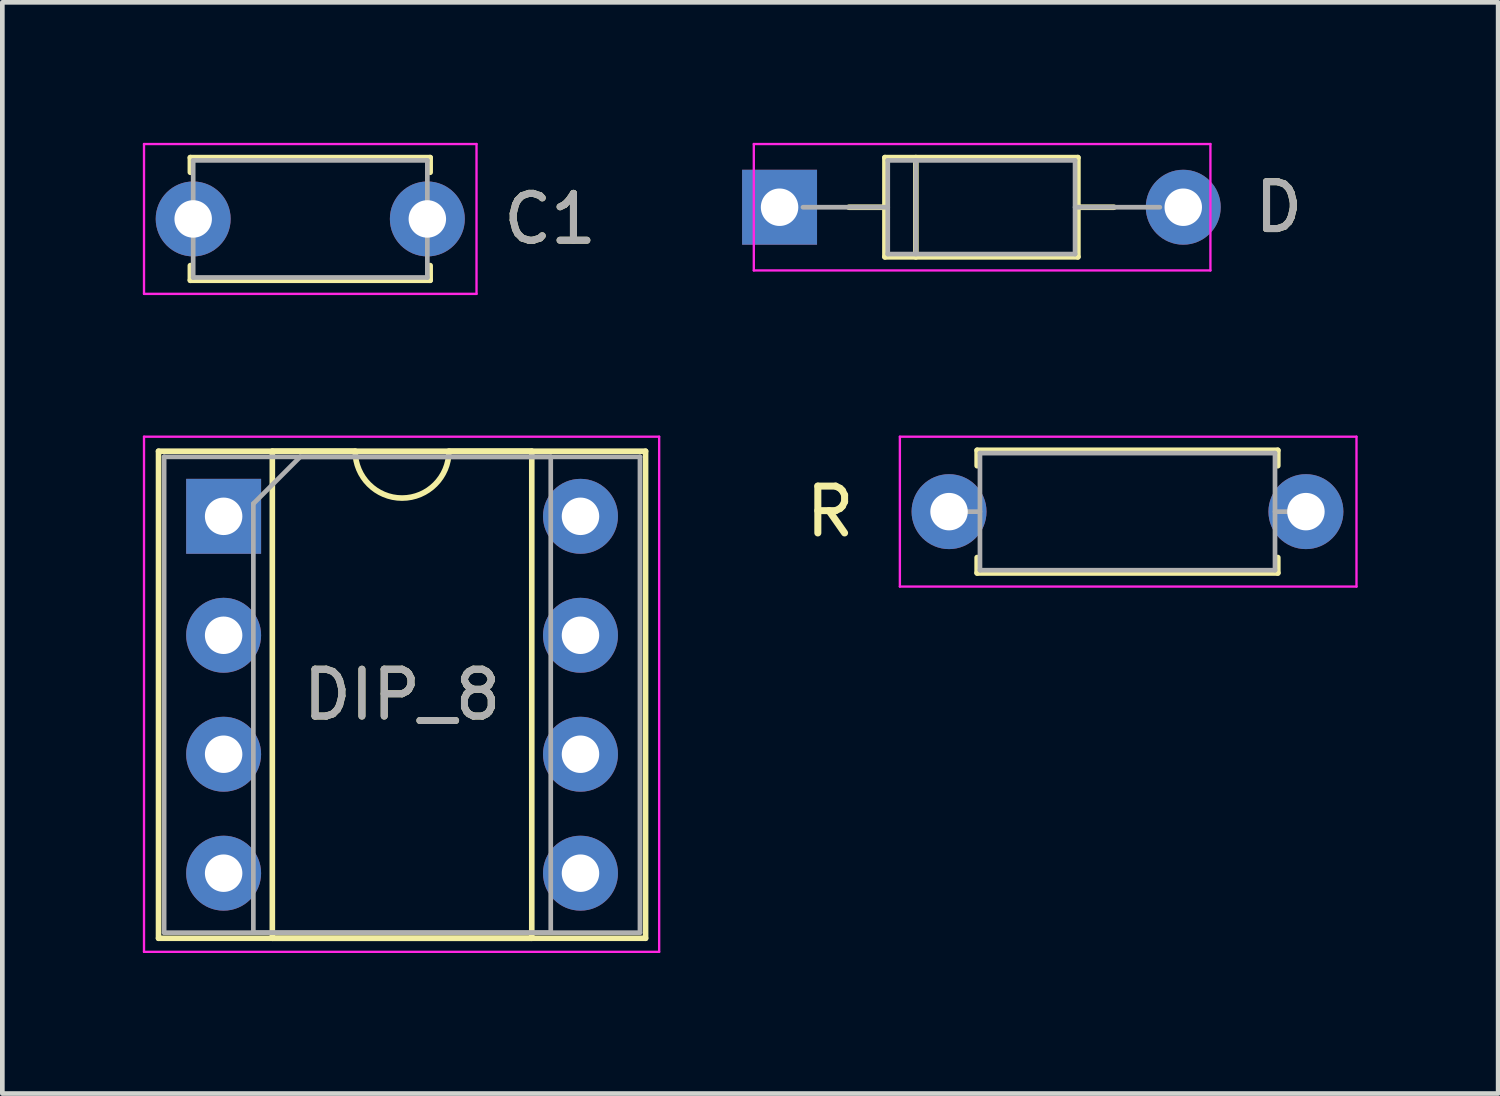
<source format=kicad_pcb>
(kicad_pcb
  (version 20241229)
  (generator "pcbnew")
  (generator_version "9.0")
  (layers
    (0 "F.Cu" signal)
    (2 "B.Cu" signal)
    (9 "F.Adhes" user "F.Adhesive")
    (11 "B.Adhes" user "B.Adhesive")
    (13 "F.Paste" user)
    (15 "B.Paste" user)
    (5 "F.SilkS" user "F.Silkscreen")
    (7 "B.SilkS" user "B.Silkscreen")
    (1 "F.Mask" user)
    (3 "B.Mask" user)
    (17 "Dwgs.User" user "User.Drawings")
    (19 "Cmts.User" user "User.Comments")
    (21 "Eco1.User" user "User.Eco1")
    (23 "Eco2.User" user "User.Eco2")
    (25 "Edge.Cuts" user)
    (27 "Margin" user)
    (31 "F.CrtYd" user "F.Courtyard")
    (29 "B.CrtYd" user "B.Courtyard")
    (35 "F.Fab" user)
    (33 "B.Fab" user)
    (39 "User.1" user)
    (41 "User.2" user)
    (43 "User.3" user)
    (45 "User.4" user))
  (footprint "C1"
    (layer "F.Cu")
    (at 1.075 1.625)
    (property "Reference" "C1" (at 7.62 0 0) (layer "F.SilkS") (effects (font (size 1 1) (thickness 0.15))))
    (attr through_hole)
    (fp_line (start -0.06 -1.31) (end -0.06 -0.996) (stroke (width 0.12) (type solid)) (layer "F.SilkS"))
    (fp_line (start -0.06 -1.31) (end 5.06 -1.31) (stroke (width 0.12) (type solid)) (layer "F.SilkS"))
    (fp_line (start -0.06 0.996) (end -0.06 1.31) (stroke (width 0.12) (type solid)) (layer "F.SilkS"))
    (fp_line (start -0.06 1.31) (end 5.06 1.31) (stroke (width 0.12) (type solid)) (layer "F.SilkS"))
    (fp_line (start 5.06 -1.31) (end 5.06 -0.996) (stroke (width 0.12) (type solid)) (layer "F.SilkS"))
    (fp_line (start 5.06 0.996) (end 5.06 1.31) (stroke (width 0.12) (type solid)) (layer "F.SilkS"))
    (fp_line (start -1.05 -1.6) (end -1.05 1.6) (stroke (width 0.05) (type solid)) (layer "F.CrtYd"))
    (fp_line (start -1.05 1.6) (end 6.05 1.6) (stroke (width 0.05) (type solid)) (layer "F.CrtYd"))
    (fp_line (start 6.05 -1.6) (end -1.05 -1.6) (stroke (width 0.05) (type solid)) (layer "F.CrtYd"))
    (fp_line (start 6.05 1.6) (end 6.05 -1.6) (stroke (width 0.05) (type solid)) (layer "F.CrtYd"))
    (fp_line (start 0 -1.25) (end 0 1.25) (stroke (width 0.1) (type solid)) (layer "F.Fab"))
    (fp_line (start 0 1.25) (end 5 1.25) (stroke (width 0.1) (type solid)) (layer "F.Fab"))
    (fp_line (start 5 -1.25) (end 0 -1.25) (stroke (width 0.1) (type solid)) (layer "F.Fab"))
    (fp_line (start 5 1.25) (end 5 -1.25) (stroke (width 0.1) (type solid)) (layer "F.Fab"))
    (fp_text user "${REFERENCE}" (at 7.62 0 0) (layer "F.Fab") (effects (font (size 1 1) (thickness 0.15))))
    (pad "1" thru_hole circle (at 0 0) (size 1.6 1.6) (drill 0.8) (layers "*.Cu" "*.Mask"))
    (pad "2" thru_hole circle (at 5 0) (size 1.6 1.6) (drill 0.8) (layers "*.Cu" "*.Mask")))
  (footprint "D"
    (layer "F.Cu")
    (at 14.096 1.375)
    (property "Reference" "D" (at 10.16 0 0) (layer "F.SilkS") (effects (font (size 1 1) (thickness 0.15))))
    (attr through_hole)
    (fp_line (start 0.98 0) (end 1.75 0) (stroke (width 0.12) (type solid)) (layer "F.SilkS"))
    (fp_line (start 1.75 -1.06) (end 1.75 1.06) (stroke (width 0.12) (type solid)) (layer "F.SilkS"))
    (fp_line (start 1.75 1.06) (end 5.87 1.06) (stroke (width 0.12) (type solid)) (layer "F.SilkS"))
    (fp_line (start 2.41 -1.06) (end 2.41 1.06) (stroke (width 0.12) (type solid)) (layer "F.SilkS"))
    (fp_line (start 5.87 -1.06) (end 1.75 -1.06) (stroke (width 0.12) (type solid)) (layer "F.SilkS"))
    (fp_line (start 5.87 1.06) (end 5.87 -1.06) (stroke (width 0.12) (type solid)) (layer "F.SilkS"))
    (fp_line (start 6.64 0) (end 5.87 0) (stroke (width 0.12) (type solid)) (layer "F.SilkS"))
    (fp_line (start -1.05 -1.35) (end -1.05 1.35) (stroke (width 0.05) (type solid)) (layer "F.CrtYd"))
    (fp_line (start -1.05 1.35) (end 8.7 1.35) (stroke (width 0.05) (type solid)) (layer "F.CrtYd"))
    (fp_line (start 8.7 -1.35) (end -1.05 -1.35) (stroke (width 0.05) (type solid)) (layer "F.CrtYd"))
    (fp_line (start 8.7 1.35) (end 8.7 -1.35) (stroke (width 0.05) (type solid)) (layer "F.CrtYd"))
    (fp_line (start 0 0) (end 1.81 0) (stroke (width 0.1) (type solid)) (layer "F.Fab"))
    (fp_line (start 1.81 -1) (end 1.81 1) (stroke (width 0.1) (type solid)) (layer "F.Fab"))
    (fp_line (start 1.81 1) (end 5.81 1) (stroke (width 0.1) (type solid)) (layer "F.Fab"))
    (fp_line (start 2.41 -1) (end 2.41 1) (stroke (width 0.1) (type solid)) (layer "F.Fab"))
    (fp_line (start 5.81 -1) (end 1.81 -1) (stroke (width 0.1) (type solid)) (layer "F.Fab"))
    (fp_line (start 5.81 1) (end 5.81 -1) (stroke (width 0.1) (type solid)) (layer "F.Fab"))
    (fp_line (start 7.62 0) (end 5.81 0) (stroke (width 0.1) (type solid)) (layer "F.Fab"))
    (fp_text user "${REFERENCE}" (at 10.16 0 0) (layer "F.Fab") (effects (font (size 1 1) (thickness 0.15))))
    (pad "1" thru_hole rect (at -0.5 0) (size 1.6 1.6) (drill 0.8) (layers "*.Cu" "*.Mask"))
    (pad "2" thru_hole oval (at 8.12 0) (size 1.6 1.6) (drill 0.8) (layers "*.Cu" "*.Mask")))
  (footprint "R"
    (layer "F.Cu")
    (at 17.215 7.875)
    (property "Reference" "R" (at -2.54 0 0) (layer "F.SilkS") (effects (font (size 1 1) (thickness 0.15))))
    (attr through_hole)
    (fp_line (start 0.6 -1.31) (end 7.02 -1.31) (stroke (width 0.12) (type solid)) (layer "F.SilkS"))
    (fp_line (start 0.6 -0.98) (end 0.6 -1.31) (stroke (width 0.12) (type solid)) (layer "F.SilkS"))
    (fp_line (start 0.6 0.98) (end 0.6 1.31) (stroke (width 0.12) (type solid)) (layer "F.SilkS"))
    (fp_line (start 0.6 1.31) (end 7.02 1.31) (stroke (width 0.12) (type solid)) (layer "F.SilkS"))
    (fp_line (start 7.02 -1.31) (end 7.02 -0.98) (stroke (width 0.12) (type solid)) (layer "F.SilkS"))
    (fp_line (start 7.02 1.31) (end 7.02 0.98) (stroke (width 0.12) (type solid)) (layer "F.SilkS"))
    (fp_line (start -1.05 -1.6) (end -1.05 1.6) (stroke (width 0.05) (type solid)) (layer "F.CrtYd"))
    (fp_line (start -1.05 1.6) (end 8.7 1.6) (stroke (width 0.05) (type solid)) (layer "F.CrtYd"))
    (fp_line (start 8.7 -1.6) (end -1.05 -1.6) (stroke (width 0.05) (type solid)) (layer "F.CrtYd"))
    (fp_line (start 8.7 1.6) (end 8.7 -1.6) (stroke (width 0.05) (type solid)) (layer "F.CrtYd"))
    (fp_line (start 0 0) (end 0.66 0) (stroke (width 0.1) (type solid)) (layer "F.Fab"))
    (fp_line (start 0.66 -1.25) (end 0.66 1.25) (stroke (width 0.1) (type solid)) (layer "F.Fab"))
    (fp_line (start 0.66 1.25) (end 6.96 1.25) (stroke (width 0.1) (type solid)) (layer "F.Fab"))
    (fp_line (start 6.96 -1.25) (end 0.66 -1.25) (stroke (width 0.1) (type solid)) (layer "F.Fab"))
    (fp_line (start 6.96 1.25) (end 6.96 -1.25) (stroke (width 0.1) (type solid)) (layer "F.Fab"))
    (fp_line (start 7.62 0) (end 6.96 0) (stroke (width 0.1) (type solid)) (layer "F.Fab"))
    (pad "1" thru_hole circle (at 0 0) (size 1.6 1.6) (drill 0.8) (layers "*.Cu" "*.Mask"))
    (pad "2" thru_hole oval (at 7.62 0) (size 1.6 1.6) (drill 0.8) (layers "*.Cu" "*.Mask")))
  (footprint "DIP_8"
    (layer "F.Cu")
    (at 1.725 7.975)
    (property "Reference" "DIP_8" (at 3.81 3.81 0) (layer "F.SilkS") (effects (font (size 1 1) (thickness 0.15))))
    (attr through_hole)
    (fp_line (start -1.39 -1.39) (end -1.39 9.01) (stroke (width 0.12) (type solid)) (layer "F.SilkS"))
    (fp_line (start -1.39 9.01) (end 9.01 9.01) (stroke (width 0.12) (type solid)) (layer "F.SilkS"))
    (fp_line (start 1.04 -1.39) (end 1.04 9.01) (stroke (width 0.12) (type solid)) (layer "F.SilkS"))
    (fp_line (start 1.04 9.01) (end 6.58 9.01) (stroke (width 0.12) (type solid)) (layer "F.SilkS"))
    (fp_line (start 2.81 -1.39) (end 1.04 -1.39) (stroke (width 0.12) (type solid)) (layer "F.SilkS"))
    (fp_line (start 6.58 -1.39) (end 4.81 -1.39) (stroke (width 0.12) (type solid)) (layer "F.SilkS"))
    (fp_line (start 6.58 9.01) (end 6.58 -1.39) (stroke (width 0.12) (type solid)) (layer "F.SilkS"))
    (fp_line (start 9.01 -1.39) (end -1.39 -1.39) (stroke (width 0.12) (type solid)) (layer "F.SilkS"))
    (fp_line (start 9.01 9.01) (end 9.01 -1.39) (stroke (width 0.12) (type solid)) (layer "F.SilkS"))
    (fp_arc (start 4.81 -1.39) (mid 3.81 -0.39) (end 2.81 -1.39) (stroke (width 0.12) (type solid)) (layer "F.SilkS"))
    (fp_line (start -1.7 -1.7) (end -1.7 9.3) (stroke (width 0.05) (type solid)) (layer "F.CrtYd"))
    (fp_line (start -1.7 9.3) (end 9.3 9.3) (stroke (width 0.05) (type solid)) (layer "F.CrtYd"))
    (fp_line (start 9.3 -1.7) (end -1.7 -1.7) (stroke (width 0.05) (type solid)) (layer "F.CrtYd"))
    (fp_line (start 9.3 9.3) (end 9.3 -1.7) (stroke (width 0.05) (type solid)) (layer "F.CrtYd"))
    (fp_line (start -1.27 -1.27) (end -1.27 8.89) (stroke (width 0.1) (type solid)) (layer "F.Fab"))
    (fp_line (start -1.27 8.89) (end 8.89 8.89) (stroke (width 0.1) (type solid)) (layer "F.Fab"))
    (fp_line (start 0.635 -0.27) (end 1.635 -1.27) (stroke (width 0.1) (type solid)) (layer "F.Fab"))
    (fp_line (start 0.635 8.89) (end 0.635 -0.27) (stroke (width 0.1) (type solid)) (layer "F.Fab"))
    (fp_line (start 1.635 -1.27) (end 6.985 -1.27) (stroke (width 0.1) (type solid)) (layer "F.Fab"))
    (fp_line (start 6.985 -1.27) (end 6.985 8.89) (stroke (width 0.1) (type solid)) (layer "F.Fab"))
    (fp_line (start 6.985 8.89) (end 0.635 8.89) (stroke (width 0.1) (type solid)) (layer "F.Fab"))
    (fp_line (start 8.89 -1.27) (end -1.27 -1.27) (stroke (width 0.1) (type solid)) (layer "F.Fab"))
    (fp_line (start 8.89 8.89) (end 8.89 -1.27) (stroke (width 0.1) (type solid)) (layer "F.Fab"))
    (fp_text user "${REFERENCE}" (at 3.81 3.81 0) (layer "F.Fab") (effects (font (size 1 1) (thickness 0.15))))
    (pad "1" thru_hole rect (at 0 0) (size 1.6 1.6) (drill 0.8) (layers "*.Cu" "*.Mask"))
    (pad "2" thru_hole oval (at 0 2.54) (size 1.6 1.6) (drill 0.8) (layers "*.Cu" "*.Mask"))
    (pad "3" thru_hole oval (at 0 5.08) (size 1.6 1.6) (drill 0.8) (layers "*.Cu" "*.Mask"))
    (pad "4" thru_hole oval (at 0 7.62) (size 1.6 1.6) (drill 0.8) (layers "*.Cu" "*.Mask"))
    (pad "5" thru_hole oval (at 7.62 7.62) (size 1.6 1.6) (drill 0.8) (layers "*.Cu" "*.Mask"))
    (pad "6" thru_hole oval (at 7.62 5.08) (size 1.6 1.6) (drill 0.8) (layers "*.Cu" "*.Mask"))
    (pad "7" thru_hole oval (at 7.62 2.54) (size 1.6 1.6) (drill 0.8) (layers "*.Cu" "*.Mask"))
    (pad "8" thru_hole oval (at 7.62 0) (size 1.6 1.6) (drill 0.8) (layers "*.Cu" "*.Mask")))
  (gr_rect
    (start -3 -3)
    (end 28.94 20.3)
    (stroke (width 0.1) (type default))
    (fill no)
    (layer "Edge.Cuts")))
</source>
